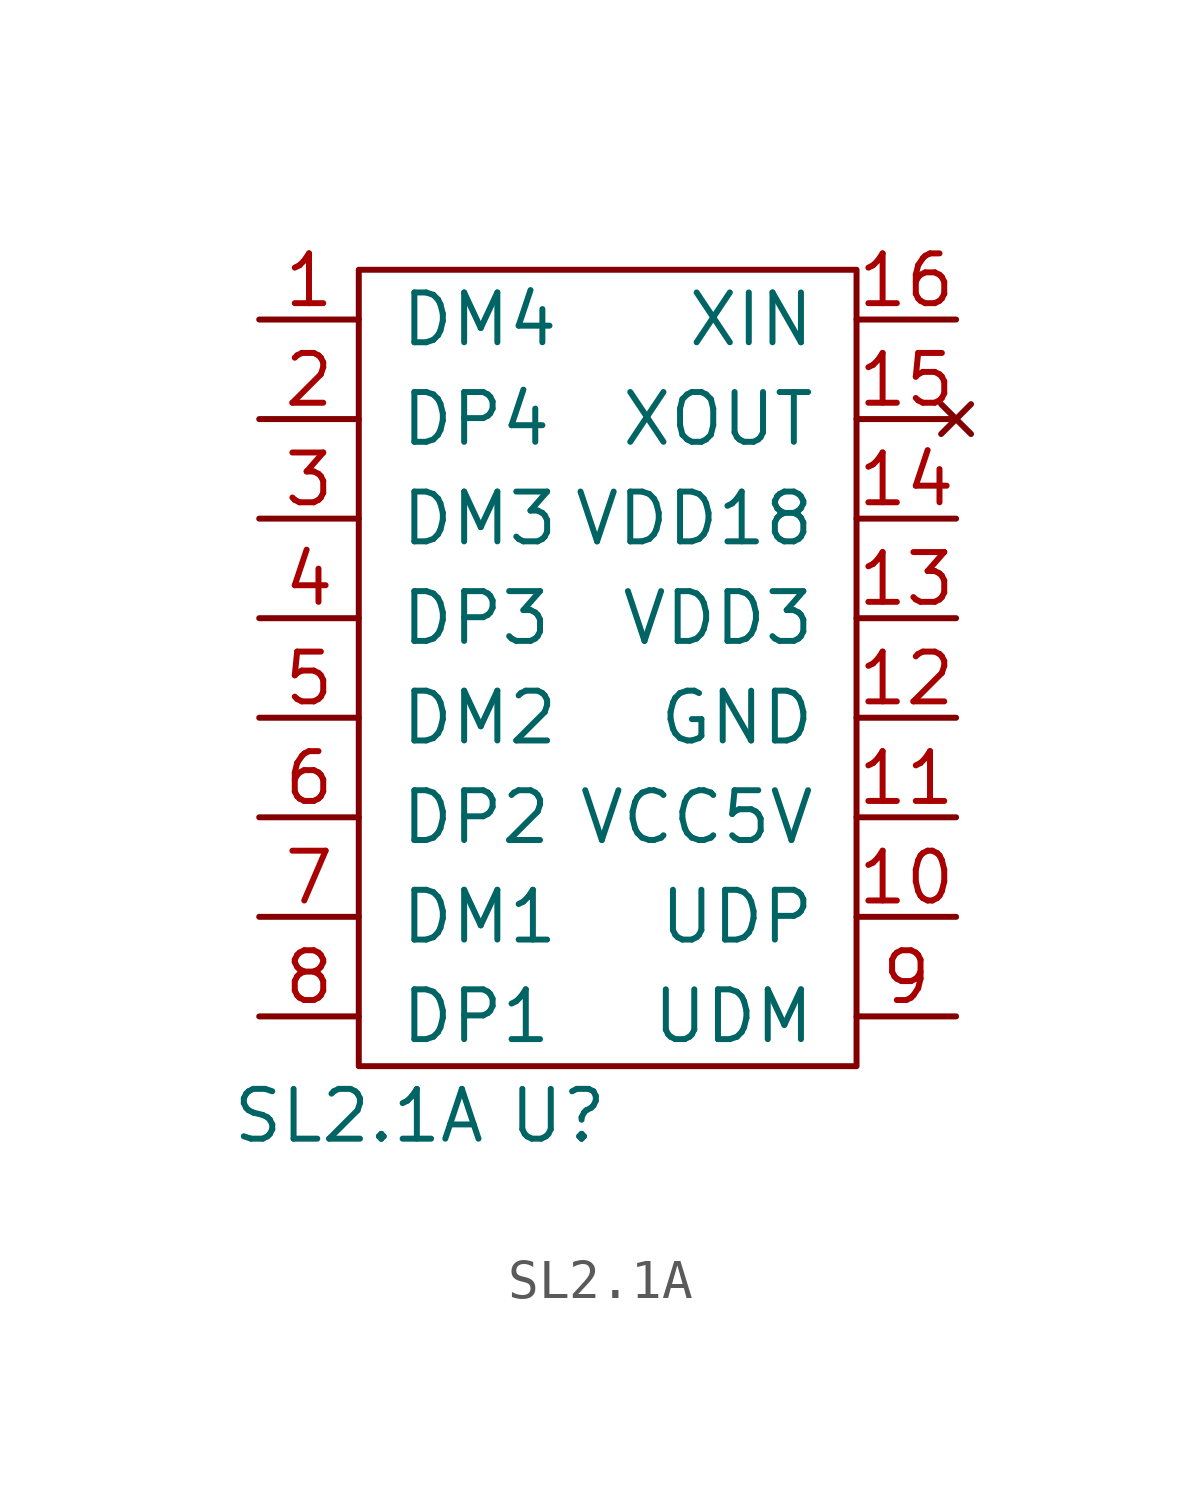
<source format=kicad_sym>
(kicad_symbol_lib
  (version 20211014)
  (generator kicad_symbol_editor)
  (symbol "SL2.1A"
    (pin_names
      (offset 1.016))
    (property "Reference" "U"
      (at 0 -1.27 0)
      (effects (font (size 1.27 1.27))))
    (property "Value" "SL2.1A"
      (at -5.08 -1.27 0)
      (effects (font (size 1.27 1.27))))
    (symbol "SL2.1A_0_1"
      (rectangle (start -5.08 20.32) (end 7.62 0) (stroke (width 0) (type default) (color 0 0 0 0)) (fill (type none))))
    (symbol "SL2.1A_1_1"
      (pin output line (at -7.62 19.05 0) (length 2.54) (name "DM4" (effects (font (size 1.27 1.27)))) (number "1" (effects (font (size 1.27 1.27)))))
      (pin input line (at 10.16 3.81 180) (length 2.54) (name "UDP" (effects (font (size 1.27 1.27)))) (number "10" (effects (font (size 1.27 1.27)))))
      (pin power_in line (at 10.16 6.35 180) (length 2.54) (name "VCC5V" (effects (font (size 1.27 1.27)))) (number "11" (effects (font (size 1.27 1.27)))))
      (pin power_in line (at 10.16 8.89 180) (length 2.54) (name "GND" (effects (font (size 1.27 1.27)))) (number "12" (effects (font (size 1.27 1.27)))))
      (pin power_out line (at 10.16 11.43 180) (length 2.54) (name "VDD3" (effects (font (size 1.27 1.27)))) (number "13" (effects (font (size 1.27 1.27)))))
      (pin power_out line (at 10.16 13.97 180) (length 2.54) (name "VDD18" (effects (font (size 1.27 1.27)))) (number "14" (effects (font (size 1.27 1.27)))))
      (pin no_connect line (at 10.16 16.51 180) (length 2.54) (name "XOUT" (effects (font (size 1.27 1.27)))) (number "15" (effects (font (size 1.27 1.27)))))
      (pin power_in line (at 10.16 19.05 180) (length 2.54) (name "XIN" (effects (font (size 1.27 1.27)))) (number "16" (effects (font (size 1.27 1.27)))))
      (pin output line (at -7.62 16.51 0) (length 2.54) (name "DP4" (effects (font (size 1.27 1.27)))) (number "2" (effects (font (size 1.27 1.27)))))
      (pin output line (at -7.62 13.97 0) (length 2.54) (name "DM3" (effects (font (size 1.27 1.27)))) (number "3" (effects (font (size 1.27 1.27)))))
      (pin output line (at -7.62 11.43 0) (length 2.54) (name "DP3" (effects (font (size 1.27 1.27)))) (number "4" (effects (font (size 1.27 1.27)))))
      (pin output line (at -7.62 8.89 0) (length 2.54) (name "DM2" (effects (font (size 1.27 1.27)))) (number "5" (effects (font (size 1.27 1.27)))))
      (pin output line (at -7.62 6.35 0) (length 2.54) (name "DP2" (effects (font (size 1.27 1.27)))) (number "6" (effects (font (size 1.27 1.27)))))
      (pin output line (at -7.62 3.81 0) (length 2.54) (name "DM1" (effects (font (size 1.27 1.27)))) (number "7" (effects (font (size 1.27 1.27)))))
      (pin output line (at -7.62 1.27 0) (length 2.54) (name "DP1" (effects (font (size 1.27 1.27)))) (number "8" (effects (font (size 1.27 1.27)))))
      (pin input line (at 10.16 1.27 180) (length 2.54) (name "UDM" (effects (font (size 1.27 1.27)))) (number "9" (effects (font (size 1.27 1.27))))))))
</source>
